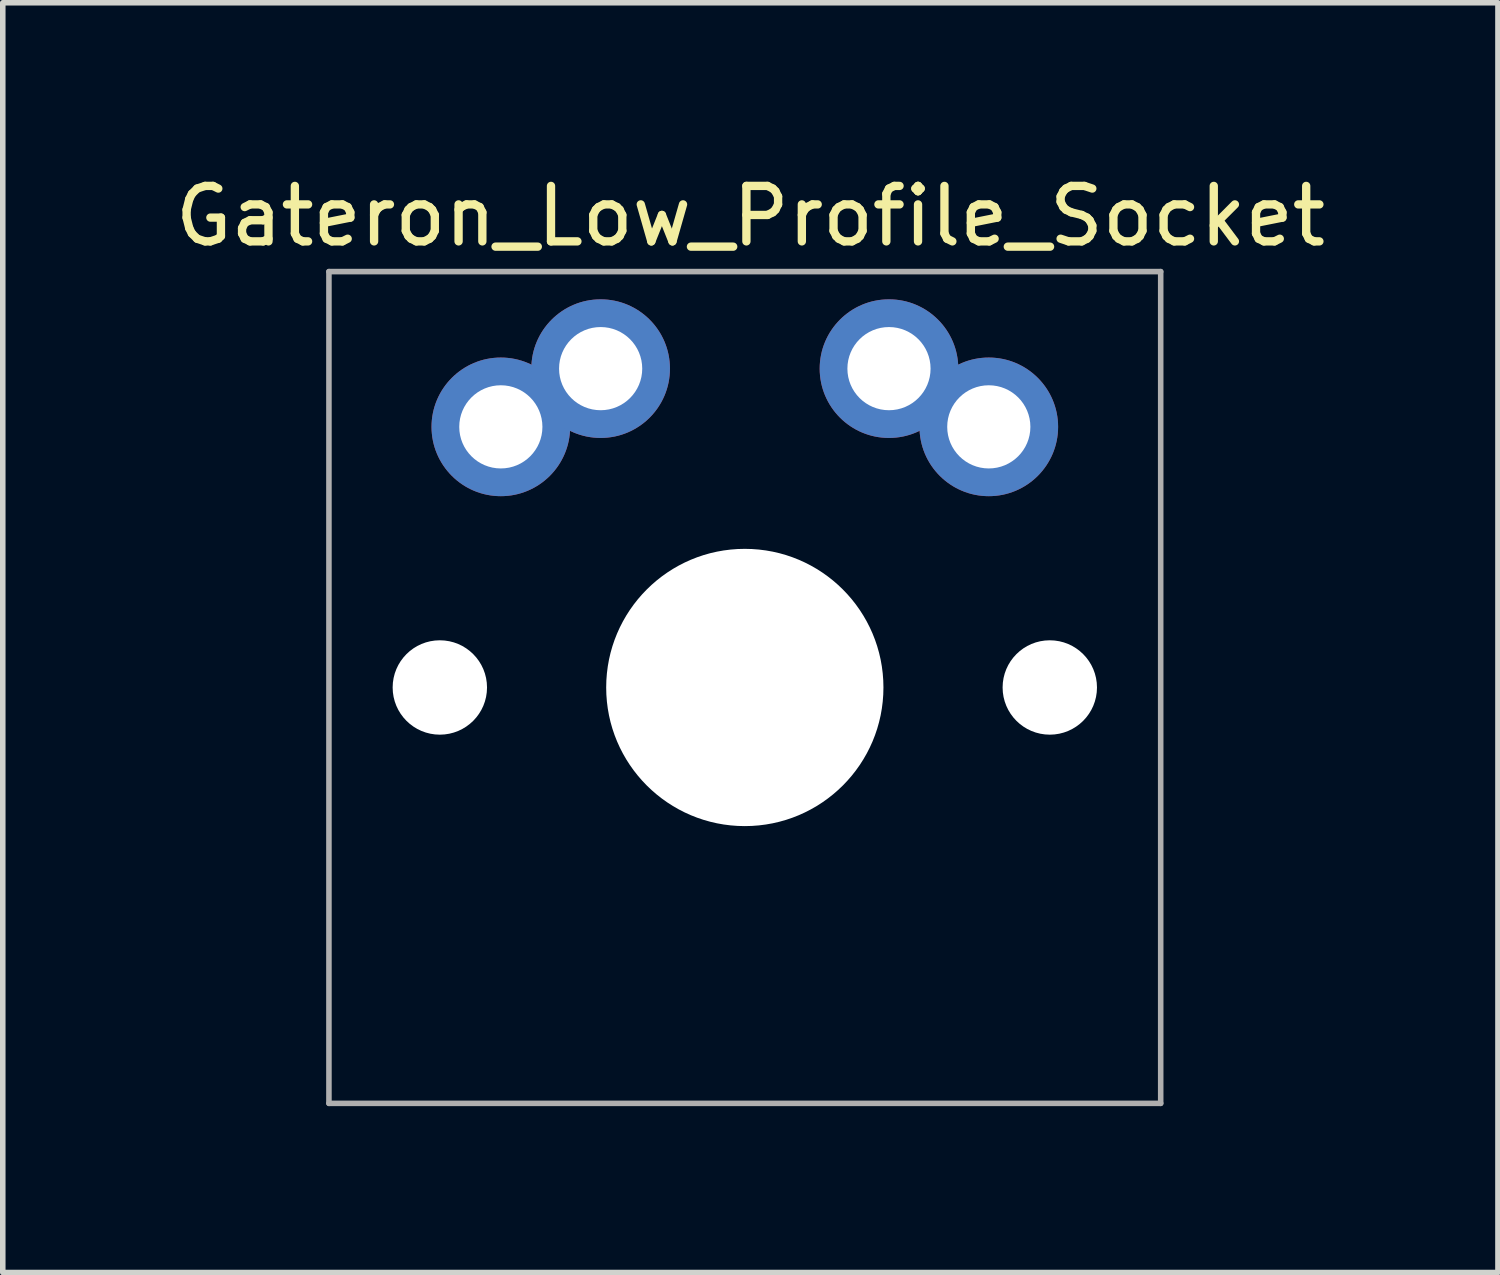
<source format=kicad_pcb>
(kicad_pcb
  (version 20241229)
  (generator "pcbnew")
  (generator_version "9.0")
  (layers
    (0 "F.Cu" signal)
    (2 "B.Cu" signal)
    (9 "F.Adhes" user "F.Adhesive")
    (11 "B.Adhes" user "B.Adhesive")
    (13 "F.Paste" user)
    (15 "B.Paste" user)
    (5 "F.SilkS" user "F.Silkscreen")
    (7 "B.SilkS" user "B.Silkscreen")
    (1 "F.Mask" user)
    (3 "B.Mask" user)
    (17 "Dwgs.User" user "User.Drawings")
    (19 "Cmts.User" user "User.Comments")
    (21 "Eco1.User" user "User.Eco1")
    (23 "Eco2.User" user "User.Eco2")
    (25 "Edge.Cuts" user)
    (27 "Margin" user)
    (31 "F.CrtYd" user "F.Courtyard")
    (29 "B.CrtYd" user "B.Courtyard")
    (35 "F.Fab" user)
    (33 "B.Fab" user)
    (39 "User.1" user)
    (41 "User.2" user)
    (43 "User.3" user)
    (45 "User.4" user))
  (footprint "Gateron_Low_Profile_Socket"
    (layer "F.Cu")
    (at 10.382 9.348)
    (property "Reference" "Gateron_Low_Profile_Socket" (at 0.1 -8.5 0) (unlocked yes) (layer "F.SilkS") (effects (font (size 1 1) (thickness 0.15))))
    (attr through_hole)
    (fp_line (start -7 -7) (end -7 7) (stroke (width 0.12) (type solid)) (layer "Eco2.User"))
    (fp_line (start -7 7) (end 7 7) (stroke (width 0.12) (type solid)) (layer "Eco2.User"))
    (fp_line (start 7 -7) (end -7 -7) (stroke (width 0.12) (type solid)) (layer "Eco2.User"))
    (fp_line (start 7 7) (end 7 -7) (stroke (width 0.12) (type solid)) (layer "Eco2.User"))
    (fp_line (start -7.5 -7.5) (end -7.5 7.5) (stroke (width 0.1) (type solid)) (layer "F.Fab"))
    (fp_line (start -7.5 7.5) (end 7.5 7.5) (stroke (width 0.1) (type solid)) (layer "F.Fab"))
    (fp_line (start 7.5 -7.5) (end -7.5 -7.5) (stroke (width 0.1) (type solid)) (layer "F.Fab"))
    (fp_line (start 7.5 7.5) (end 7.5 -7.5) (stroke (width 0.1) (type solid)) (layer "F.Fab"))
    (pad "" np_thru_hole circle (at -5.5 0 180) (size 1.702 1.702) (drill 1.702) (layers "*.Cu" "*.Mask"))
    (pad "" np_thru_hole circle (at 0 0 180) (size 5 5) (drill 5) (layers "*.Cu" "*.Mask"))
    (pad "" np_thru_hole circle (at 5.5 0 180) (size 1.702 1.702) (drill 1.702) (layers "*.Cu" "*.Mask"))
    (pad "1" thru_hole circle (at 2.6 -5.75 180) (size 2.5 2.5) (drill 1.5) (layers "*.Cu" "*.Mask"))
    (pad "1" thru_hole circle (at 4.4 -4.7 180) (size 2.5 2.5) (drill 1.5) (layers "*.Cu" "*.Mask"))
    (pad "2" thru_hole circle (at -4.4 -4.7 180) (size 2.5 2.5) (drill 1.5) (layers "*.Cu" "*.Mask"))
    (pad "2" thru_hole circle (at -2.6 -5.75 180) (size 2.5 2.5) (drill 1.5) (layers "*.Cu" "*.Mask")))
  (gr_rect
    (start -3 -3)
    (end 23.964 19.898)
    (stroke (width 0.1) (type default))
    (fill no)
    (layer "Edge.Cuts")))
</source>
